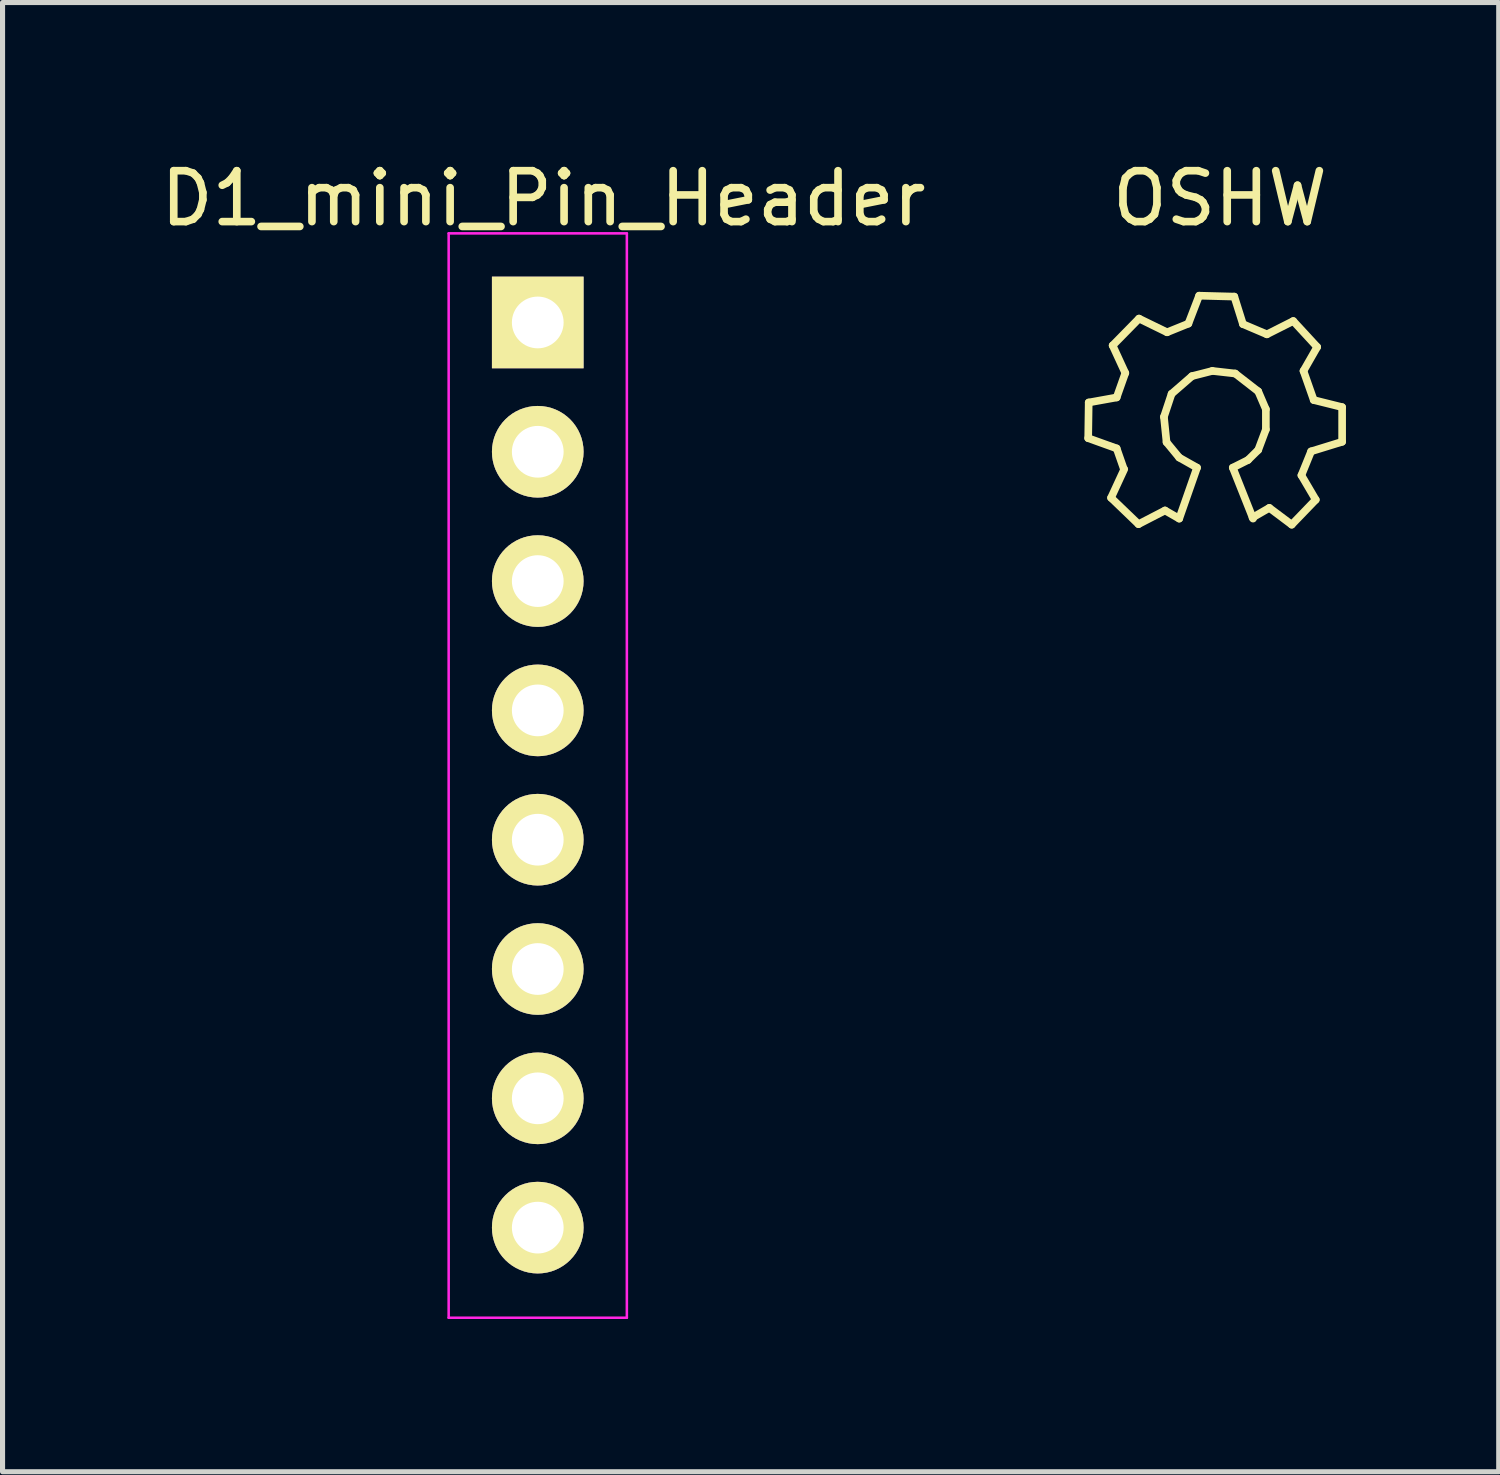
<source format=kicad_pcb>
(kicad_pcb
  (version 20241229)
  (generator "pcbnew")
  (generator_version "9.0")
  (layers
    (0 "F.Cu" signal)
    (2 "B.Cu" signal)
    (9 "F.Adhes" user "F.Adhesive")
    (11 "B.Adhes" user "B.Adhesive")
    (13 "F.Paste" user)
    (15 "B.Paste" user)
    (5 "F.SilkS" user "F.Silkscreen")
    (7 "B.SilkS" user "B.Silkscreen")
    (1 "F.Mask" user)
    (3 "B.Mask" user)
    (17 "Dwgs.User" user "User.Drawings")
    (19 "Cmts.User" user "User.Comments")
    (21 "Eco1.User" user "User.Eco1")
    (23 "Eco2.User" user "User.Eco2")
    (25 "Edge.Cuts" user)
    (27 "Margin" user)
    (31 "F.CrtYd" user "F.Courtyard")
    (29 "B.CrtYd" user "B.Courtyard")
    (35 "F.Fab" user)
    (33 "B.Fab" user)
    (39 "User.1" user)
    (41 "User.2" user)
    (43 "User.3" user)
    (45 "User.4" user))
  (footprint "OSHW"
    (layer "F.Cu")
    (at 20.814 5.237)
    (property "Reference" "OSHW" (at 0.099 -4.389 0) (layer "F.SilkS") (effects (font (size 1 1) (thickness 0.15))))
    (attr through_hole)
    (fp_line (start -2.489 0.32) (end -1.93 0.521) (stroke (width 0.15) (type solid)) (layer "F.SilkS"))
    (fp_line (start -2.479 -0.381) (end -2.489 0.32) (stroke (width 0.15) (type solid)) (layer "F.SilkS"))
    (fp_line (start -2.04 1.491) (end -1.501 2.009) (stroke (width 0.15) (type solid)) (layer "F.SilkS"))
    (fp_line (start -2.009 -1.501) (end -1.76 -0.96) (stroke (width 0.15) (type solid)) (layer "F.SilkS"))
    (fp_line (start -1.93 -0.48) (end -2.479 -0.381) (stroke (width 0.15) (type solid)) (layer "F.SilkS"))
    (fp_line (start -1.93 0.521) (end -1.791 0.919) (stroke (width 0.15) (type solid)) (layer "F.SilkS"))
    (fp_line (start -1.781 0.93) (end -2.04 1.491) (stroke (width 0.15) (type solid)) (layer "F.SilkS"))
    (fp_line (start -1.76 -0.96) (end -1.93 -0.48) (stroke (width 0.15) (type solid)) (layer "F.SilkS"))
    (fp_line (start -1.501 2.009) (end -0.98 1.74) (stroke (width 0.15) (type solid)) (layer "F.SilkS"))
    (fp_line (start -1.491 -2.029) (end -2.009 -1.501) (stroke (width 0.15) (type solid)) (layer "F.SilkS"))
    (fp_line (start -1.001 -0.099) (end -0.95 0.399) (stroke (width 0.15) (type solid)) (layer "F.SilkS"))
    (fp_line (start -0.98 1.74) (end -0.701 1.9) (stroke (width 0.15) (type solid)) (layer "F.SilkS"))
    (fp_line (start -0.95 0.399) (end -0.701 0.701) (stroke (width 0.15) (type solid)) (layer "F.SilkS"))
    (fp_line (start -0.94 -1.76) (end -1.491 -2.029) (stroke (width 0.15) (type solid)) (layer "F.SilkS"))
    (fp_line (start -0.851 -0.551) (end -1.001 -0.099) (stroke (width 0.15) (type solid)) (layer "F.SilkS"))
    (fp_line (start -0.701 0.701) (end -0.351 0.899) (stroke (width 0.15) (type solid)) (layer "F.SilkS"))
    (fp_line (start -0.521 -1.93) (end -0.94 -1.76) (stroke (width 0.15) (type solid)) (layer "F.SilkS"))
    (fp_line (start -0.45 -0.899) (end -0.851 -0.551) (stroke (width 0.15) (type solid)) (layer "F.SilkS"))
    (fp_line (start -0.351 0.899) (end -0.701 1.9) (stroke (width 0.15) (type solid)) (layer "F.SilkS"))
    (fp_line (start -0.31 -2.479) (end -0.521 -1.93) (stroke (width 0.15) (type solid)) (layer "F.SilkS"))
    (fp_line (start -0.051 -1.001) (end -0.45 -0.899) (stroke (width 0.15) (type solid)) (layer "F.SilkS"))
    (fp_line (start 0.351 0.899) (end 0.65 0.749) (stroke (width 0.15) (type solid)) (layer "F.SilkS"))
    (fp_line (start 0.351 0.899) (end 0.749 1.9) (stroke (width 0.15) (type solid)) (layer "F.SilkS"))
    (fp_line (start 0.381 -2.461) (end -0.31 -2.479) (stroke (width 0.15) (type solid)) (layer "F.SilkS"))
    (fp_line (start 0.399 -0.95) (end -0.051 -1.001) (stroke (width 0.15) (type solid)) (layer "F.SilkS"))
    (fp_line (start 0.551 -1.92) (end 0.381 -2.461) (stroke (width 0.15) (type solid)) (layer "F.SilkS"))
    (fp_line (start 0.65 0.749) (end 0.851 0.551) (stroke (width 0.15) (type solid)) (layer "F.SilkS"))
    (fp_line (start 0.739 1.88) (end 1.069 1.689) (stroke (width 0.15) (type solid)) (layer "F.SilkS"))
    (fp_line (start 0.851 -0.599) (end 0.399 -0.95) (stroke (width 0.15) (type solid)) (layer "F.SilkS"))
    (fp_line (start 0.851 0.551) (end 1.001 0.15) (stroke (width 0.15) (type solid)) (layer "F.SilkS"))
    (fp_line (start 1.001 -0.249) (end 0.851 -0.599) (stroke (width 0.15) (type solid)) (layer "F.SilkS"))
    (fp_line (start 1.001 0.15) (end 1.001 -0.249) (stroke (width 0.15) (type solid)) (layer "F.SilkS"))
    (fp_line (start 1.021 -1.72) (end 0.551 -1.92) (stroke (width 0.15) (type solid)) (layer "F.SilkS"))
    (fp_line (start 1.069 1.689) (end 1.509 2.019) (stroke (width 0.15) (type solid)) (layer "F.SilkS"))
    (fp_line (start 1.509 2.019) (end 1.981 1.529) (stroke (width 0.15) (type solid)) (layer "F.SilkS"))
    (fp_line (start 1.539 -1.981) (end 1.021 -1.72) (stroke (width 0.15) (type solid)) (layer "F.SilkS"))
    (fp_line (start 1.699 1.049) (end 1.89 0.579) (stroke (width 0.15) (type solid)) (layer "F.SilkS"))
    (fp_line (start 1.74 -1.001) (end 2.009 -1.471) (stroke (width 0.15) (type solid)) (layer "F.SilkS"))
    (fp_line (start 1.89 0.579) (end 2.499 0.391) (stroke (width 0.15) (type solid)) (layer "F.SilkS"))
    (fp_line (start 1.941 -0.429) (end 1.74 -1.001) (stroke (width 0.15) (type solid)) (layer "F.SilkS"))
    (fp_line (start 1.981 1.529) (end 1.699 1.049) (stroke (width 0.15) (type solid)) (layer "F.SilkS"))
    (fp_line (start 2.009 -1.471) (end 1.539 -1.981) (stroke (width 0.15) (type solid)) (layer "F.SilkS"))
    (fp_line (start 2.499 -0.29) (end 1.941 -0.429) (stroke (width 0.15) (type solid)) (layer "F.SilkS"))
    (fp_line (start 2.499 0.391) (end 2.499 -0.29) (stroke (width 0.15) (type solid)) (layer "F.SilkS")))
  (footprint "D1_mini_Pin_Header"
    (layer "F.Cu")
    (at 7.513 3.284)
    (property "Reference" "D1_mini_Pin_Header" (at 0.112 -2.436 0) (layer "F.SilkS") (effects (font (size 1 1) (thickness 0.15))))
    (attr through_hole)
    (fp_line (start -1.75 -1.75) (end -1.75 19.55) (stroke (width 0.05) (type solid)) (layer "F.CrtYd"))
    (fp_line (start -1.75 -1.75) (end 1.75 -1.75) (stroke (width 0.05) (type solid)) (layer "F.CrtYd"))
    (fp_line (start -1.75 19.55) (end 1.75 19.55) (stroke (width 0.05) (type solid)) (layer "F.CrtYd"))
    (fp_line (start 1.75 -1.75) (end 1.75 19.55) (stroke (width 0.05) (type solid)) (layer "F.CrtYd"))
    (pad "1" thru_hole rect (at 0 0) (size 1.8 1.8) (drill 1.016) (layers "*.Cu" "*.Mask" "F.SilkS"))
    (pad "2" thru_hole oval (at 0 2.54) (size 1.8 1.8) (drill 1.016) (layers "*.Cu" "*.Mask" "F.SilkS"))
    (pad "3" thru_hole oval (at 0 5.08) (size 1.8 1.8) (drill 1.016) (layers "*.Cu" "*.Mask" "F.SilkS"))
    (pad "4" thru_hole oval (at 0 7.62) (size 1.8 1.8) (drill 1.016) (layers "*.Cu" "*.Mask" "F.SilkS"))
    (pad "5" thru_hole oval (at 0 10.16) (size 1.8 1.8) (drill 1.016) (layers "*.Cu" "*.Mask" "F.SilkS"))
    (pad "6" thru_hole oval (at 0 12.7) (size 1.8 1.8) (drill 1.016) (layers "*.Cu" "*.Mask" "F.SilkS"))
    (pad "7" thru_hole oval (at 0 15.24) (size 1.8 1.8) (drill 1.016) (layers "*.Cu" "*.Mask" "F.SilkS"))
    (pad "8" thru_hole oval (at 0 17.78) (size 1.8 1.8) (drill 1.016) (layers "*.Cu" "*.Mask" "F.SilkS")))
  (gr_rect
    (start -3 -3)
    (end 26.389 25.859)
    (stroke (width 0.1) (type default))
    (fill no)
    (layer "Edge.Cuts")))
</source>
